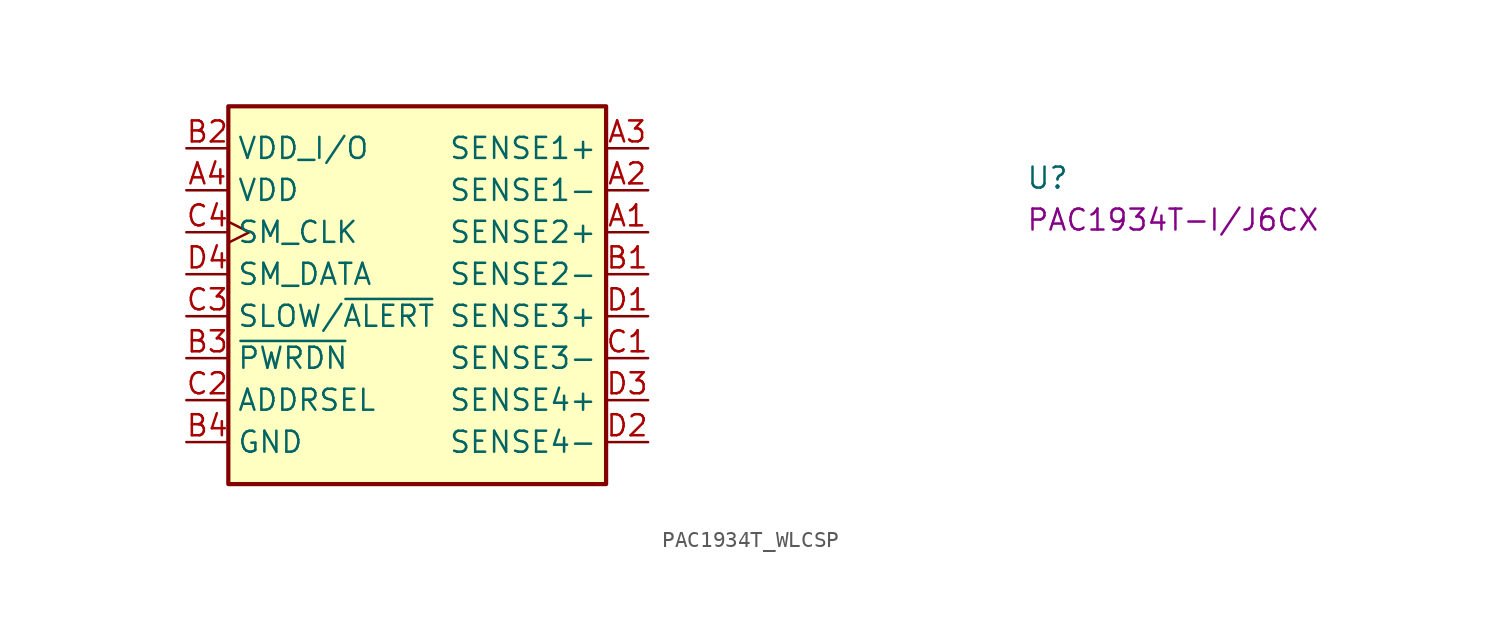
<source format=kicad_sym>
(kicad_symbol_lib
  (version 20220914)
  (generator kicad_symbol_editor)
  (symbol "PAC1934T_WLCSP"
    (property "Reference" "U"
      (at 50.8 -2.54 0)
      (effects (font (size 1.27 1.27) (thickness 0.15)) (justify left bottom)))
    (property "MPN" "PAC1934T-I/J6CX"
      (at 50.8 -5.08 0)
      (effects (font (size 1.27 1.27) (thickness 0.15)) (justify left bottom)))
    (symbol "PAC1934T_WLCSP_1_1"
      (rectangle (start 2.54 2.54) (end 25.4 -20.32) (stroke (width 0.254) (type default)) (fill (type background)))
      (pin input line (at 27.94 -5.08 180) (length 2.54) (name "SENSE2+" (effects (font (size 1.27 1.27)))) (number "A1" (effects (font (size 1.27 1.27)))))
      (pin input line (at 27.94 -2.54 180) (length 2.54) (name "SENSE1-" (effects (font (size 1.27 1.27)))) (number "A2" (effects (font (size 1.27 1.27)))))
      (pin input line (at 27.94 0 180) (length 2.54) (name "SENSE1+" (effects (font (size 1.27 1.27)))) (number "A3" (effects (font (size 1.27 1.27)))))
      (pin power_in line (at 0 -2.54 0) (length 2.54) (name "VDD" (effects (font (size 1.27 1.27)))) (number "A4" (effects (font (size 1.27 1.27)))))
      (pin input line (at 27.94 -7.62 180) (length 2.54) (name "SENSE2-" (effects (font (size 1.27 1.27)))) (number "B1" (effects (font (size 1.27 1.27)))))
      (pin power_in line (at 0 0 0) (length 2.54) (name "VDD_I/O" (effects (font (size 1.27 1.27)))) (number "B2" (effects (font (size 1.27 1.27)))))
      (pin input line (at 0 -12.7 0) (length 2.54) (name "~{PWRDN}" (effects (font (size 1.27 1.27)))) (number "B3" (effects (font (size 1.27 1.27)))))
      (pin power_in line (at 0 -17.78 0) (length 2.54) (name "GND" (effects (font (size 1.27 1.27)))) (number "B4" (effects (font (size 1.27 1.27)))))
      (pin input line (at 27.94 -12.7 180) (length 2.54) (name "SENSE3-" (effects (font (size 1.27 1.27)))) (number "C1" (effects (font (size 1.27 1.27)))))
      (pin bidirectional line (at 0 -15.24 0) (length 2.54) (name "ADDRSEL" (effects (font (size 1.27 1.27)))) (number "C2" (effects (font (size 1.27 1.27)))))
      (pin bidirectional line (at 0 -10.16 0) (length 2.54) (name "SLOW/~{ALERT}" (effects (font (size 1.27 1.27)))) (number "C3" (effects (font (size 1.27 1.27)))))
      (pin input clock (at 0 -5.08 0) (length 2.54) (name "SM_CLK" (effects (font (size 1.27 1.27)))) (number "C4" (effects (font (size 1.27 1.27)))))
      (pin input line (at 27.94 -10.16 180) (length 2.54) (name "SENSE3+" (effects (font (size 1.27 1.27)))) (number "D1" (effects (font (size 1.27 1.27)))))
      (pin input line (at 27.94 -17.78 180) (length 2.54) (name "SENSE4-" (effects (font (size 1.27 1.27)))) (number "D2" (effects (font (size 1.27 1.27)))))
      (pin input line (at 27.94 -15.24 180) (length 2.54) (name "SENSE4+" (effects (font (size 1.27 1.27)))) (number "D3" (effects (font (size 1.27 1.27)))))
      (pin bidirectional line (at 0 -7.62 0) (length 2.54) (name "SM_DATA" (effects (font (size 1.27 1.27)))) (number "D4" (effects (font (size 1.27 1.27))))))))
</source>
